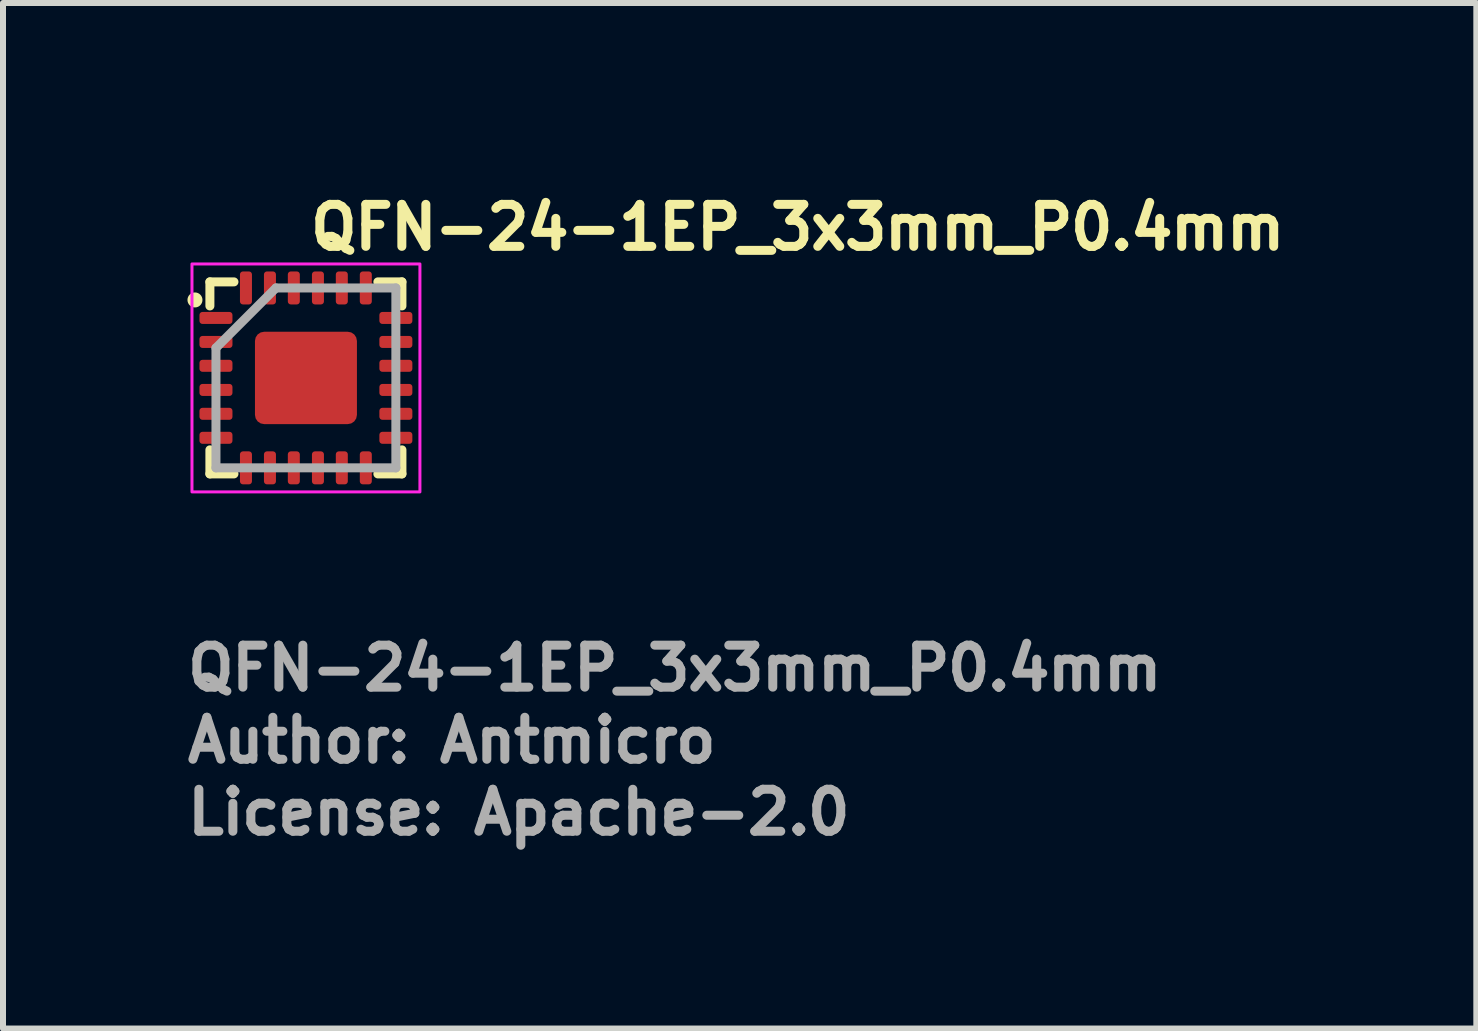
<source format=kicad_pcb>
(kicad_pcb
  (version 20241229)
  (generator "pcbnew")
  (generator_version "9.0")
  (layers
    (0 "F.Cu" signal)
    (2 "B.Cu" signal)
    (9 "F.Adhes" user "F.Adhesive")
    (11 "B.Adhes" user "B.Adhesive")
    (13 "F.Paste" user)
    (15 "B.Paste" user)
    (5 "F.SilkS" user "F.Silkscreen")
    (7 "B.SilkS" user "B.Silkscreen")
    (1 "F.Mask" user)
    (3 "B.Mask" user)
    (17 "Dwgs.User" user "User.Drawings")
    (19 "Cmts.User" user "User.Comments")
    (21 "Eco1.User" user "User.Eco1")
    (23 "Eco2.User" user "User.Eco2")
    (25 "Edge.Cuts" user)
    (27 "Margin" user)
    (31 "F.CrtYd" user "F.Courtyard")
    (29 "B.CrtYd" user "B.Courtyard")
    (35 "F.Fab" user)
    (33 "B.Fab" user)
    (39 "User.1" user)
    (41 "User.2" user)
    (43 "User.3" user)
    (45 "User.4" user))
  (footprint "QFN-24-1EP_3x3mm_P0.4mm"
    (layer "F.Cu")
    (at 2.05 3.25)
    (property "Reference" "QFN-24-1EP_3x3mm_P0.4mm" (at 0 -2.1 0) (layer "F.SilkS") (effects (font (size 0.7 0.7) (thickness 0.15)) (justify left bottom)))
    (attr smd)
    (fp_line (start -1.601 -1.601) (end -1.601 -1.2) (stroke (width 0.15) (type solid)) (layer "F.SilkS"))
    (fp_line (start -1.601 -1.601) (end -1.2 -1.601) (stroke (width 0.15) (type solid)) (layer "F.SilkS"))
    (fp_line (start -1.601 1.6) (end -1.601 1.199) (stroke (width 0.15) (type solid)) (layer "F.SilkS"))
    (fp_line (start -1.601 1.6) (end -1.2 1.6) (stroke (width 0.15) (type solid)) (layer "F.SilkS"))
    (fp_line (start 1.6 -1.601) (end 1.199 -1.601) (stroke (width 0.15) (type solid)) (layer "F.SilkS"))
    (fp_line (start 1.6 -1.601) (end 1.6 -1.2) (stroke (width 0.15) (type solid)) (layer "F.SilkS"))
    (fp_line (start 1.6 1.6) (end 1.199 1.6) (stroke (width 0.15) (type solid)) (layer "F.SilkS"))
    (fp_line (start 1.6 1.6) (end 1.6 1.199) (stroke (width 0.15) (type solid)) (layer "F.SilkS"))
    (fp_circle (center -1.85 -1.3) (end -1.8 -1.3) (stroke (width 0.15) (type solid)) (fill yes) (layer "F.SilkS"))
    (fp_rect (start -1.9 -1.9) (end 1.9 1.9) (stroke (width 0.05) (type solid)) (fill no) (layer "F.CrtYd"))
    (fp_line (start -1.5 -0.5) (end -0.5 -1.5) (stroke (width 0.15) (type solid)) (layer "F.Fab"))
    (fp_line (start -1.5 1.499) (end -1.5 -0.5) (stroke (width 0.15) (type solid)) (layer "F.Fab"))
    (fp_line (start -0.5 -1.5) (end 1.499 -1.5) (stroke (width 0.15) (type solid)) (layer "F.Fab"))
    (fp_line (start 1.499 -1.5) (end 1.499 1.499) (stroke (width 0.15) (type solid)) (layer "F.Fab"))
    (fp_line (start 1.499 1.499) (end -1.5 1.499) (stroke (width 0.15) (type solid)) (layer "F.Fab"))
    (fp_rect (start -1.506 -1.506) (end 1.503 1.503) (stroke (width 0.1) (type solid)) (fill no) (layer "User.5"))
    (fp_line (start -1.506 -1.101) (end -1.506 -0.902) (stroke (width 0.02) (type solid)) (layer "User.9"))
    (fp_line (start -1.506 -0.701) (end -1.506 -0.5) (stroke (width 0.02) (type solid)) (layer "User.9"))
    (fp_line (start -1.506 -0.5) (end -1.5 -0.5) (stroke (width 0.02) (type solid)) (layer "User.9"))
    (fp_line (start -1.506 -0.3) (end -1.506 -0.102) (stroke (width 0.02) (type solid)) (layer "User.9"))
    (fp_line (start -1.506 0.1) (end -1.506 0.298) (stroke (width 0.02) (type solid)) (layer "User.9"))
    (fp_line (start -1.506 0.498) (end -1.506 0.699) (stroke (width 0.02) (type solid)) (layer "User.9"))
    (fp_line (start -1.506 0.9) (end -1.506 1.1) (stroke (width 0.02) (type solid)) (layer "User.9"))
    (fp_line (start -1.5 -1.5) (end -1.5 1.499) (stroke (width 0.02) (type solid)) (layer "User.9"))
    (fp_line (start -1.5 -1.101) (end -1.506 -1.101) (stroke (width 0.02) (type solid)) (layer "User.9"))
    (fp_line (start -1.5 -0.902) (end -1.506 -0.902) (stroke (width 0.02) (type solid)) (layer "User.9"))
    (fp_line (start -1.5 -0.701) (end -1.506 -0.701) (stroke (width 0.02) (type solid)) (layer "User.9"))
    (fp_line (start -1.5 -0.3) (end -1.506 -0.3) (stroke (width 0.02) (type solid)) (layer "User.9"))
    (fp_line (start -1.5 -0.102) (end -1.506 -0.102) (stroke (width 0.02) (type solid)) (layer "User.9"))
    (fp_line (start -1.5 0.1) (end -1.506 0.1) (stroke (width 0.02) (type solid)) (layer "User.9"))
    (fp_line (start -1.5 0.298) (end -1.506 0.298) (stroke (width 0.02) (type solid)) (layer "User.9"))
    (fp_line (start -1.5 0.498) (end -1.506 0.498) (stroke (width 0.02) (type solid)) (layer "User.9"))
    (fp_line (start -1.5 0.699) (end -1.506 0.699) (stroke (width 0.02) (type solid)) (layer "User.9"))
    (fp_line (start -1.5 0.9) (end -1.506 0.9) (stroke (width 0.02) (type solid)) (layer "User.9"))
    (fp_line (start -1.5 1.1) (end -1.506 1.1) (stroke (width 0.02) (type solid)) (layer "User.9"))
    (fp_line (start -1.5 1.499) (end 1.499 1.499) (stroke (width 0.02) (type solid)) (layer "User.9"))
    (fp_line (start -1.301 -1.212) (end -1.299 -1.216) (stroke (width 0.02) (type solid)) (layer "User.9"))
    (fp_line (start -1.301 -1.208) (end -1.301 -1.212) (stroke (width 0.02) (type solid)) (layer "User.9"))
    (fp_line (start -1.301 -1.202) (end -1.301 -1.208) (stroke (width 0.02) (type solid)) (layer "User.9"))
    (fp_line (start -1.301 -1.202) (end -1.301 -1.202) (stroke (width 0.02) (type solid)) (layer "User.9"))
    (fp_line (start -1.301 -1.198) (end -1.301 -1.202) (stroke (width 0.02) (type solid)) (layer "User.9"))
    (fp_line (start -1.301 -1.192) (end -1.301 -1.198) (stroke (width 0.02) (type solid)) (layer "User.9"))
    (fp_line (start -1.301 -1.188) (end -1.301 -1.192) (stroke (width 0.02) (type solid)) (layer "User.9"))
    (fp_line (start -1.299 -1.222) (end -1.297 -1.226) (stroke (width 0.02) (type solid)) (layer "User.9"))
    (fp_line (start -1.299 -1.216) (end -1.299 -1.222) (stroke (width 0.02) (type solid)) (layer "User.9"))
    (fp_line (start -1.299 -1.182) (end -1.301 -1.188) (stroke (width 0.02) (type solid)) (layer "User.9"))
    (fp_line (start -1.299 -1.178) (end -1.299 -1.182) (stroke (width 0.02) (type solid)) (layer "User.9"))
    (fp_line (start -1.297 -1.23) (end -1.295 -1.236) (stroke (width 0.02) (type solid)) (layer "User.9"))
    (fp_line (start -1.297 -1.226) (end -1.297 -1.23) (stroke (width 0.02) (type solid)) (layer "User.9"))
    (fp_line (start -1.297 -1.172) (end -1.299 -1.178) (stroke (width 0.02) (type solid)) (layer "User.9"))
    (fp_line (start -1.295 -1.236) (end -1.293 -1.24) (stroke (width 0.02) (type solid)) (layer "User.9"))
    (fp_line (start -1.295 -1.168) (end -1.297 -1.172) (stroke (width 0.02) (type solid)) (layer "User.9"))
    (fp_line (start -1.293 -1.24) (end -1.291 -1.244) (stroke (width 0.02) (type solid)) (layer "User.9"))
    (fp_line (start -1.293 -1.164) (end -1.295 -1.168) (stroke (width 0.02) (type solid)) (layer "User.9"))
    (fp_line (start -1.291 -1.244) (end -1.289 -1.248) (stroke (width 0.02) (type solid)) (layer "User.9"))
    (fp_line (start -1.291 -1.158) (end -1.293 -1.164) (stroke (width 0.02) (type solid)) (layer "User.9"))
    (fp_line (start -1.289 -1.248) (end -1.287 -1.252) (stroke (width 0.02) (type solid)) (layer "User.9"))
    (fp_line (start -1.289 -1.154) (end -1.291 -1.158) (stroke (width 0.02) (type solid)) (layer "User.9"))
    (fp_line (start -1.287 -1.252) (end -1.283 -1.258) (stroke (width 0.02) (type solid)) (layer "User.9"))
    (fp_line (start -1.287 -1.151) (end -1.289 -1.154) (stroke (width 0.02) (type solid)) (layer "User.9"))
    (fp_line (start -1.285 -1.147) (end -1.287 -1.151) (stroke (width 0.02) (type solid)) (layer "User.9"))
    (fp_line (start -1.283 -1.258) (end -1.28 -1.26) (stroke (width 0.02) (type solid)) (layer "User.9"))
    (fp_line (start -1.281 -1.143) (end -1.285 -1.147) (stroke (width 0.02) (type solid)) (layer "User.9"))
    (fp_line (start -1.28 -1.26) (end -1.278 -1.264) (stroke (width 0.02) (type solid)) (layer "User.9"))
    (fp_line (start -1.278 -1.264) (end -1.274 -1.268) (stroke (width 0.02) (type solid)) (layer "User.9"))
    (fp_line (start -1.278 -1.139) (end -1.281 -1.143) (stroke (width 0.02) (type solid)) (layer "User.9"))
    (fp_line (start -1.276 -1.135) (end -1.278 -1.139) (stroke (width 0.02) (type solid)) (layer "User.9"))
    (fp_line (start -1.274 -1.268) (end -1.272 -1.272) (stroke (width 0.02) (type solid)) (layer "User.9"))
    (fp_line (start -1.272 -1.272) (end -1.268 -1.276) (stroke (width 0.02) (type solid)) (layer "User.9"))
    (fp_line (start -1.272 -1.131) (end -1.276 -1.135) (stroke (width 0.02) (type solid)) (layer "User.9"))
    (fp_line (start -1.268 -1.276) (end -1.264 -1.278) (stroke (width 0.02) (type solid)) (layer "User.9"))
    (fp_line (start -1.268 -1.127) (end -1.272 -1.131) (stroke (width 0.02) (type solid)) (layer "User.9"))
    (fp_line (start -1.264 -1.278) (end -1.26 -1.281) (stroke (width 0.02) (type solid)) (layer "User.9"))
    (fp_line (start -1.264 -1.125) (end -1.268 -1.127) (stroke (width 0.02) (type solid)) (layer "User.9"))
    (fp_line (start -1.26 -1.281) (end -1.256 -1.285) (stroke (width 0.02) (type solid)) (layer "User.9"))
    (fp_line (start -1.26 -1.121) (end -1.264 -1.125) (stroke (width 0.02) (type solid)) (layer "User.9"))
    (fp_line (start -1.256 -1.285) (end -1.252 -1.287) (stroke (width 0.02) (type solid)) (layer "User.9"))
    (fp_line (start -1.256 -1.119) (end -1.26 -1.121) (stroke (width 0.02) (type solid)) (layer "User.9"))
    (fp_line (start -1.252 -1.287) (end -1.248 -1.289) (stroke (width 0.02) (type solid)) (layer "User.9"))
    (fp_line (start -1.252 -1.115) (end -1.256 -1.119) (stroke (width 0.02) (type solid)) (layer "User.9"))
    (fp_line (start -1.248 -1.289) (end -1.244 -1.291) (stroke (width 0.02) (type solid)) (layer "User.9"))
    (fp_line (start -1.248 -1.113) (end -1.252 -1.115) (stroke (width 0.02) (type solid)) (layer "User.9"))
    (fp_line (start -1.244 -1.291) (end -1.24 -1.293) (stroke (width 0.02) (type solid)) (layer "User.9"))
    (fp_line (start -1.244 -1.111) (end -1.248 -1.113) (stroke (width 0.02) (type solid)) (layer "User.9"))
    (fp_line (start -1.24 -1.293) (end -1.234 -1.295) (stroke (width 0.02) (type solid)) (layer "User.9"))
    (fp_line (start -1.24 -1.109) (end -1.244 -1.111) (stroke (width 0.02) (type solid)) (layer "User.9"))
    (fp_line (start -1.234 -1.295) (end -1.23 -1.297) (stroke (width 0.02) (type solid)) (layer "User.9"))
    (fp_line (start -1.234 -1.107) (end -1.24 -1.109) (stroke (width 0.02) (type solid)) (layer "User.9"))
    (fp_line (start -1.23 -1.297) (end -1.226 -1.299) (stroke (width 0.02) (type solid)) (layer "User.9"))
    (fp_line (start -1.23 -1.105) (end -1.234 -1.107) (stroke (width 0.02) (type solid)) (layer "User.9"))
    (fp_line (start -1.226 -1.299) (end -1.22 -1.299) (stroke (width 0.02) (type solid)) (layer "User.9"))
    (fp_line (start -1.226 -1.103) (end -1.23 -1.105) (stroke (width 0.02) (type solid)) (layer "User.9"))
    (fp_line (start -1.22 -1.299) (end -1.216 -1.301) (stroke (width 0.02) (type solid)) (layer "User.9"))
    (fp_line (start -1.22 -1.103) (end -1.226 -1.103) (stroke (width 0.02) (type solid)) (layer "User.9"))
    (fp_line (start -1.216 -1.301) (end -1.21 -1.301) (stroke (width 0.02) (type solid)) (layer "User.9"))
    (fp_line (start -1.216 -1.101) (end -1.22 -1.103) (stroke (width 0.02) (type solid)) (layer "User.9"))
    (fp_line (start -1.21 -1.301) (end -1.206 -1.301) (stroke (width 0.02) (type solid)) (layer "User.9"))
    (fp_line (start -1.21 -1.101) (end -1.216 -1.101) (stroke (width 0.02) (type solid)) (layer "User.9"))
    (fp_line (start -1.206 -1.301) (end -1.2 -1.301) (stroke (width 0.02) (type solid)) (layer "User.9"))
    (fp_line (start -1.206 -1.101) (end -1.21 -1.101) (stroke (width 0.02) (type solid)) (layer "User.9"))
    (fp_line (start -1.2 -1.301) (end -1.196 -1.301) (stroke (width 0.02) (type solid)) (layer "User.9"))
    (fp_line (start -1.2 -1.101) (end -1.206 -1.101) (stroke (width 0.02) (type solid)) (layer "User.9"))
    (fp_line (start -1.196 -1.301) (end -1.19 -1.301) (stroke (width 0.02) (type solid)) (layer "User.9"))
    (fp_line (start -1.196 -1.101) (end -1.2 -1.101) (stroke (width 0.02) (type solid)) (layer "User.9"))
    (fp_line (start -1.192 -1.101) (end -1.196 -1.101) (stroke (width 0.02) (type solid)) (layer "User.9"))
    (fp_line (start -1.19 -1.301) (end -1.186 -1.301) (stroke (width 0.02) (type solid)) (layer "User.9"))
    (fp_line (start -1.188 -1.101) (end -1.192 -1.101) (stroke (width 0.02) (type solid)) (layer "User.9"))
    (fp_line (start -1.186 -1.301) (end -1.18 -1.299) (stroke (width 0.02) (type solid)) (layer "User.9"))
    (fp_line (start -1.182 -1.103) (end -1.188 -1.101) (stroke (width 0.02) (type solid)) (layer "User.9"))
    (fp_line (start -1.18 -1.299) (end -1.174 -1.297) (stroke (width 0.02) (type solid)) (layer "User.9"))
    (fp_line (start -1.178 -1.103) (end -1.182 -1.103) (stroke (width 0.02) (type solid)) (layer "User.9"))
    (fp_line (start -1.174 -1.297) (end -1.17 -1.297) (stroke (width 0.02) (type solid)) (layer "User.9"))
    (fp_line (start -1.174 -1.105) (end -1.178 -1.103) (stroke (width 0.02) (type solid)) (layer "User.9"))
    (fp_line (start -1.17 -1.297) (end -1.164 -1.295) (stroke (width 0.02) (type solid)) (layer "User.9"))
    (fp_line (start -1.17 -1.105) (end -1.174 -1.105) (stroke (width 0.02) (type solid)) (layer "User.9"))
    (fp_line (start -1.166 -1.107) (end -1.17 -1.105) (stroke (width 0.02) (type solid)) (layer "User.9"))
    (fp_line (start -1.164 -1.295) (end -1.16 -1.293) (stroke (width 0.02) (type solid)) (layer "User.9"))
    (fp_line (start -1.162 -1.109) (end -1.166 -1.107) (stroke (width 0.02) (type solid)) (layer "User.9"))
    (fp_line (start -1.16 -1.293) (end -1.156 -1.289) (stroke (width 0.02) (type solid)) (layer "User.9"))
    (fp_line (start -1.158 -1.111) (end -1.162 -1.109) (stroke (width 0.02) (type solid)) (layer "User.9"))
    (fp_line (start -1.156 -1.289) (end -1.151 -1.287) (stroke (width 0.02) (type solid)) (layer "User.9"))
    (fp_line (start -1.154 -1.113) (end -1.158 -1.111) (stroke (width 0.02) (type solid)) (layer "User.9"))
    (fp_line (start -1.151 -1.287) (end -1.147 -1.285) (stroke (width 0.02) (type solid)) (layer "User.9"))
    (fp_line (start -1.149 -1.115) (end -1.154 -1.113) (stroke (width 0.02) (type solid)) (layer "User.9"))
    (fp_line (start -1.147 -1.285) (end -1.141 -1.281) (stroke (width 0.02) (type solid)) (layer "User.9"))
    (fp_line (start -1.145 -1.119) (end -1.149 -1.115) (stroke (width 0.02) (type solid)) (layer "User.9"))
    (fp_line (start -1.141 -1.281) (end -1.137 -1.278) (stroke (width 0.02) (type solid)) (layer "User.9"))
    (fp_line (start -1.141 -1.121) (end -1.145 -1.119) (stroke (width 0.02) (type solid)) (layer "User.9"))
    (fp_line (start -1.139 -1.123) (end -1.141 -1.121) (stroke (width 0.02) (type solid)) (layer "User.9"))
    (fp_line (start -1.137 -1.278) (end -1.133 -1.274) (stroke (width 0.02) (type solid)) (layer "User.9"))
    (fp_line (start -1.135 -1.127) (end -1.139 -1.123) (stroke (width 0.02) (type solid)) (layer "User.9"))
    (fp_line (start -1.133 -1.274) (end -1.131 -1.272) (stroke (width 0.02) (type solid)) (layer "User.9"))
    (fp_line (start -1.131 -1.272) (end -1.127 -1.268) (stroke (width 0.02) (type solid)) (layer "User.9"))
    (fp_line (start -1.131 -1.129) (end -1.135 -1.127) (stroke (width 0.02) (type solid)) (layer "User.9"))
    (fp_line (start -1.129 -1.133) (end -1.131 -1.129) (stroke (width 0.02) (type solid)) (layer "User.9"))
    (fp_line (start -1.127 -1.268) (end -1.123 -1.264) (stroke (width 0.02) (type solid)) (layer "User.9"))
    (fp_line (start -1.125 -1.137) (end -1.129 -1.133) (stroke (width 0.02) (type solid)) (layer "User.9"))
    (fp_line (start -1.123 -1.264) (end -1.119 -1.26) (stroke (width 0.02) (type solid)) (layer "User.9"))
    (fp_line (start -1.123 -1.139) (end -1.125 -1.137) (stroke (width 0.02) (type solid)) (layer "User.9"))
    (fp_line (start -1.119 -1.26) (end -1.117 -1.254) (stroke (width 0.02) (type solid)) (layer "User.9"))
    (fp_line (start -1.119 -1.143) (end -1.123 -1.139) (stroke (width 0.02) (type solid)) (layer "User.9"))
    (fp_line (start -1.117 -1.254) (end -1.115 -1.25) (stroke (width 0.02) (type solid)) (layer "User.9"))
    (fp_line (start -1.117 -1.147) (end -1.119 -1.143) (stroke (width 0.02) (type solid)) (layer "User.9"))
    (fp_line (start -1.115 -1.25) (end -1.111 -1.246) (stroke (width 0.02) (type solid)) (layer "User.9"))
    (fp_line (start -1.115 -1.151) (end -1.117 -1.147) (stroke (width 0.02) (type solid)) (layer "User.9"))
    (fp_line (start -1.113 -1.154) (end -1.115 -1.151) (stroke (width 0.02) (type solid)) (layer "User.9"))
    (fp_line (start -1.111 -1.246) (end -1.109 -1.24) (stroke (width 0.02) (type solid)) (layer "User.9"))
    (fp_line (start -1.111 -1.158) (end -1.113 -1.154) (stroke (width 0.02) (type solid)) (layer "User.9"))
    (fp_line (start -1.109 -1.24) (end -1.107 -1.236) (stroke (width 0.02) (type solid)) (layer "User.9"))
    (fp_line (start -1.109 -1.162) (end -1.111 -1.158) (stroke (width 0.02) (type solid)) (layer "User.9"))
    (fp_line (start -1.107 -1.236) (end -1.105 -1.232) (stroke (width 0.02) (type solid)) (layer "User.9"))
    (fp_line (start -1.107 -1.168) (end -1.109 -1.162) (stroke (width 0.02) (type solid)) (layer "User.9"))
    (fp_line (start -1.105 -1.232) (end -1.105 -1.226) (stroke (width 0.02) (type solid)) (layer "User.9"))
    (fp_line (start -1.105 -1.226) (end -1.103 -1.222) (stroke (width 0.02) (type solid)) (layer "User.9"))
    (fp_line (start -1.105 -1.176) (end -1.105 -1.172) (stroke (width 0.02) (type solid)) (layer "User.9"))
    (fp_line (start -1.105 -1.172) (end -1.107 -1.168) (stroke (width 0.02) (type solid)) (layer "User.9"))
    (fp_line (start -1.103 -1.222) (end -1.101 -1.216) (stroke (width 0.02) (type solid)) (layer "User.9"))
    (fp_line (start -1.103 -1.184) (end -1.103 -1.18) (stroke (width 0.02) (type solid)) (layer "User.9"))
    (fp_line (start -1.103 -1.18) (end -1.105 -1.176) (stroke (width 0.02) (type solid)) (layer "User.9"))
    (fp_line (start -1.101 -1.5) (end -1.101 -1.506) (stroke (width 0.02) (type solid)) (layer "User.9"))
    (fp_line (start -1.101 -1.216) (end -1.101 -1.21) (stroke (width 0.02) (type solid)) (layer "User.9"))
    (fp_line (start -1.101 -1.21) (end -1.101 -1.206) (stroke (width 0.02) (type solid)) (layer "User.9"))
    (fp_line (start -1.101 -1.206) (end -1.101 -1.2) (stroke (width 0.02) (type solid)) (layer "User.9"))
    (fp_line (start -1.101 -1.2) (end -1.101 -1.194) (stroke (width 0.02) (type solid)) (layer "User.9"))
    (fp_line (start -1.101 -1.194) (end -1.101 -1.19) (stroke (width 0.02) (type solid)) (layer "User.9"))
    (fp_line (start -1.101 -1.19) (end -1.103 -1.184) (stroke (width 0.02) (type solid)) (layer "User.9"))
    (fp_line (start -1.101 -1.19) (end -1.101 -1.19) (stroke (width 0.02) (type solid)) (layer "User.9"))
    (fp_line (start -1.101 1.499) (end -1.101 1.503) (stroke (width 0.02) (type solid)) (layer "User.9"))
    (fp_line (start -1.101 1.503) (end -0.902 1.503) (stroke (width 0.02) (type solid)) (layer "User.9"))
    (fp_line (start -0.902 -1.506) (end -1.101 -1.506) (stroke (width 0.02) (type solid)) (layer "User.9"))
    (fp_line (start -0.902 -1.5) (end -0.902 -1.506) (stroke (width 0.02) (type solid)) (layer "User.9"))
    (fp_line (start -0.902 1.499) (end -0.902 1.503) (stroke (width 0.02) (type solid)) (layer "User.9"))
    (fp_line (start -0.701 -1.5) (end -0.701 -1.506) (stroke (width 0.02) (type solid)) (layer "User.9"))
    (fp_line (start -0.701 1.499) (end -0.701 1.503) (stroke (width 0.02) (type solid)) (layer "User.9"))
    (fp_line (start -0.701 1.503) (end -0.5 1.503) (stroke (width 0.02) (type solid)) (layer "User.9"))
    (fp_line (start -0.5 -1.506) (end -0.701 -1.506) (stroke (width 0.02) (type solid)) (layer "User.9"))
    (fp_line (start -0.5 -1.5) (end -0.5 -1.506) (stroke (width 0.02) (type solid)) (layer "User.9"))
    (fp_line (start -0.5 1.499) (end -0.5 1.503) (stroke (width 0.02) (type solid)) (layer "User.9"))
    (fp_line (start -0.3 -1.5) (end -0.3 -1.506) (stroke (width 0.02) (type solid)) (layer "User.9"))
    (fp_line (start -0.3 1.499) (end -0.3 1.503) (stroke (width 0.02) (type solid)) (layer "User.9"))
    (fp_line (start -0.3 1.503) (end -0.102 1.503) (stroke (width 0.02) (type solid)) (layer "User.9"))
    (fp_line (start -0.102 -1.506) (end -0.3 -1.506) (stroke (width 0.02) (type solid)) (layer "User.9"))
    (fp_line (start -0.102 -1.5) (end -0.102 -1.506) (stroke (width 0.02) (type solid)) (layer "User.9"))
    (fp_line (start -0.102 1.499) (end -0.102 1.503) (stroke (width 0.02) (type solid)) (layer "User.9"))
    (fp_line (start 0.1 -1.5) (end 0.1 -1.506) (stroke (width 0.02) (type solid)) (layer "User.9"))
    (fp_line (start 0.1 1.499) (end 0.1 1.503) (stroke (width 0.02) (type solid)) (layer "User.9"))
    (fp_line (start 0.1 1.503) (end 0.298 1.503) (stroke (width 0.02) (type solid)) (layer "User.9"))
    (fp_line (start 0.298 -1.506) (end 0.1 -1.506) (stroke (width 0.02) (type solid)) (layer "User.9"))
    (fp_line (start 0.298 -1.5) (end 0.298 -1.506) (stroke (width 0.02) (type solid)) (layer "User.9"))
    (fp_line (start 0.298 1.499) (end 0.298 1.503) (stroke (width 0.02) (type solid)) (layer "User.9"))
    (fp_line (start 0.498 -1.506) (end 0.498 -1.5) (stroke (width 0.02) (type solid)) (layer "User.9"))
    (fp_line (start 0.498 1.499) (end 0.498 1.503) (stroke (width 0.02) (type solid)) (layer "User.9"))
    (fp_line (start 0.498 1.503) (end 0.699 1.503) (stroke (width 0.02) (type solid)) (layer "User.9"))
    (fp_line (start 0.699 -1.506) (end 0.498 -1.506) (stroke (width 0.02) (type solid)) (layer "User.9"))
    (fp_line (start 0.699 -1.5) (end 0.699 -1.506) (stroke (width 0.02) (type solid)) (layer "User.9"))
    (fp_line (start 0.699 1.503) (end 0.699 1.499) (stroke (width 0.02) (type solid)) (layer "User.9"))
    (fp_line (start 0.9 -1.5) (end 0.9 -1.506) (stroke (width 0.02) (type solid)) (layer "User.9"))
    (fp_line (start 0.9 1.499) (end 0.9 1.503) (stroke (width 0.02) (type solid)) (layer "User.9"))
    (fp_line (start 0.9 1.503) (end 1.1 1.503) (stroke (width 0.02) (type solid)) (layer "User.9"))
    (fp_line (start 1.1 -1.506) (end 0.9 -1.506) (stroke (width 0.02) (type solid)) (layer "User.9"))
    (fp_line (start 1.1 -1.5) (end 1.1 -1.506) (stroke (width 0.02) (type solid)) (layer "User.9"))
    (fp_line (start 1.1 1.499) (end 1.1 1.503) (stroke (width 0.02) (type solid)) (layer "User.9"))
    (fp_line (start 1.499 -1.5) (end -1.5 -1.5) (stroke (width 0.02) (type solid)) (layer "User.9"))
    (fp_line (start 1.499 -0.902) (end 1.503 -0.902) (stroke (width 0.02) (type solid)) (layer "User.9"))
    (fp_line (start 1.499 -0.701) (end 1.503 -0.701) (stroke (width 0.02) (type solid)) (layer "User.9"))
    (fp_line (start 1.499 -0.5) (end 1.503 -0.5) (stroke (width 0.02) (type solid)) (layer "User.9"))
    (fp_line (start 1.499 -0.3) (end 1.503 -0.3) (stroke (width 0.02) (type solid)) (layer "User.9"))
    (fp_line (start 1.499 -0.102) (end 1.503 -0.102) (stroke (width 0.02) (type solid)) (layer "User.9"))
    (fp_line (start 1.499 0.1) (end 1.503 0.1) (stroke (width 0.02) (type solid)) (layer "User.9"))
    (fp_line (start 1.499 0.298) (end 1.503 0.298) (stroke (width 0.02) (type solid)) (layer "User.9"))
    (fp_line (start 1.499 0.498) (end 1.503 0.498) (stroke (width 0.02) (type solid)) (layer "User.9"))
    (fp_line (start 1.499 0.699) (end 1.503 0.699) (stroke (width 0.02) (type solid)) (layer "User.9"))
    (fp_line (start 1.499 0.9) (end 1.503 0.9) (stroke (width 0.02) (type solid)) (layer "User.9"))
    (fp_line (start 1.499 1.1) (end 1.503 1.1) (stroke (width 0.02) (type solid)) (layer "User.9"))
    (fp_line (start 1.499 1.499) (end 1.499 -1.5) (stroke (width 0.02) (type solid)) (layer "User.9"))
    (fp_line (start 1.503 -1.101) (end 1.499 -1.101) (stroke (width 0.02) (type solid)) (layer "User.9"))
    (fp_line (start 1.503 -0.902) (end 1.503 -1.101) (stroke (width 0.02) (type solid)) (layer "User.9"))
    (fp_line (start 1.503 -0.5) (end 1.503 -0.701) (stroke (width 0.02) (type solid)) (layer "User.9"))
    (fp_line (start 1.503 -0.102) (end 1.503 -0.3) (stroke (width 0.02) (type solid)) (layer "User.9"))
    (fp_line (start 1.503 0.298) (end 1.503 0.1) (stroke (width 0.02) (type solid)) (layer "User.9"))
    (fp_line (start 1.503 0.699) (end 1.503 0.498) (stroke (width 0.02) (type solid)) (layer "User.9"))
    (fp_line (start 1.503 1.1) (end 1.503 0.9) (stroke (width 0.02) (type solid)) (layer "User.9"))
    (fp_text user "License: Apache-2.0" (at -2.05 7.65 0) (layer "F.Fab") (effects (font (size 0.7 0.7) (thickness 0.15)) (justify left bottom)))
    (fp_text user "Author: Antmicro" (at -2.05 6.45 0) (layer "F.Fab") (effects (font (size 0.7 0.7) (thickness 0.15)) (justify left bottom)))
    (fp_text user "${REFERENCE}" (at -2.05 5.248 0) (layer "F.Fab") (effects (font (size 0.7 0.7) (thickness 0.15)) (justify left bottom)))
    (pad "1" smd roundrect (at -1.5 -1) (size 0.55 0.2) (layers "F.Cu" "F.Mask" "F.Paste") (roundrect_rratio 0.25))
    (pad "2" smd roundrect (at -1.5 -0.6) (size 0.55 0.2) (layers "F.Cu" "F.Mask" "F.Paste") (roundrect_rratio 0.25))
    (pad "3" smd roundrect (at -1.5 -0.202) (size 0.55 0.2) (layers "F.Cu" "F.Mask" "F.Paste") (roundrect_rratio 0.25))
    (pad "4" smd roundrect (at -1.5 0.2) (size 0.55 0.2) (layers "F.Cu" "F.Mask" "F.Paste") (roundrect_rratio 0.25))
    (pad "5" smd roundrect (at -1.5 0.598) (size 0.55 0.2) (layers "F.Cu" "F.Mask" "F.Paste") (roundrect_rratio 0.25))
    (pad "6" smd roundrect (at -1.5 0.998) (size 0.55 0.2) (layers "F.Cu" "F.Mask" "F.Paste") (roundrect_rratio 0.25))
    (pad "7" smd roundrect (at -1 1.499 90) (size 0.55 0.2) (layers "F.Cu" "F.Mask" "F.Paste") (roundrect_rratio 0.25))
    (pad "8" smd roundrect (at -0.6 1.499 90) (size 0.55 0.2) (layers "F.Cu" "F.Mask" "F.Paste") (roundrect_rratio 0.25))
    (pad "9" smd roundrect (at -0.202 1.499 90) (size 0.55 0.2) (layers "F.Cu" "F.Mask" "F.Paste") (roundrect_rratio 0.25))
    (pad "10" smd roundrect (at 0.2 1.499 90) (size 0.55 0.2) (layers "F.Cu" "F.Mask" "F.Paste") (roundrect_rratio 0.25))
    (pad "11" smd roundrect (at 0.598 1.499 90) (size 0.55 0.2) (layers "F.Cu" "F.Mask" "F.Paste") (roundrect_rratio 0.25))
    (pad "12" smd roundrect (at 0.998 1.499 90) (size 0.55 0.2) (layers "F.Cu" "F.Mask" "F.Paste") (roundrect_rratio 0.25))
    (pad "13" smd roundrect (at 1.499 0.998) (size 0.55 0.2) (layers "F.Cu" "F.Mask" "F.Paste") (roundrect_rratio 0.25))
    (pad "14" smd roundrect (at 1.499 0.598) (size 0.55 0.2) (layers "F.Cu" "F.Mask" "F.Paste") (roundrect_rratio 0.25))
    (pad "15" smd roundrect (at 1.499 0.2) (size 0.55 0.2) (layers "F.Cu" "F.Mask" "F.Paste") (roundrect_rratio 0.25))
    (pad "16" smd roundrect (at 1.499 -0.202) (size 0.55 0.2) (layers "F.Cu" "F.Mask" "F.Paste") (roundrect_rratio 0.25))
    (pad "17" smd roundrect (at 1.499 -0.6) (size 0.55 0.2) (layers "F.Cu" "F.Mask" "F.Paste") (roundrect_rratio 0.25))
    (pad "18" smd roundrect (at 1.499 -1) (size 0.55 0.2) (layers "F.Cu" "F.Mask" "F.Paste") (roundrect_rratio 0.25))
    (pad "19" smd roundrect (at 0.998 -1.5 90) (size 0.55 0.2) (layers "F.Cu" "F.Mask" "F.Paste") (roundrect_rratio 0.25))
    (pad "20" smd roundrect (at 0.598 -1.5 90) (size 0.55 0.2) (layers "F.Cu" "F.Mask" "F.Paste") (roundrect_rratio 0.25))
    (pad "21" smd roundrect (at 0.2 -1.5 90) (size 0.55 0.2) (layers "F.Cu" "F.Mask" "F.Paste") (roundrect_rratio 0.25))
    (pad "22" smd roundrect (at -0.202 -1.5 90) (size 0.55 0.2) (layers "F.Cu" "F.Mask" "F.Paste") (roundrect_rratio 0.25))
    (pad "23" smd roundrect (at -0.6 -1.5 90) (size 0.55 0.2) (layers "F.Cu" "F.Mask" "F.Paste") (roundrect_rratio 0.25))
    (pad "24" smd roundrect (at -1 -1.5 90) (size 0.55 0.2) (layers "F.Cu" "F.Mask" "F.Paste") (roundrect_rratio 0.25))
    (pad "EP" smd roundrect (at 0 0) (size 1.7 1.54) (layers "F.Cu" "F.Mask" "F.Paste") (roundrect_rratio 0.1)))
  (gr_rect
    (start -3 -3)
    (end 21.56 14.095)
    (stroke (width 0.1) (type default))
    (fill no)
    (layer "Edge.Cuts")))
</source>
